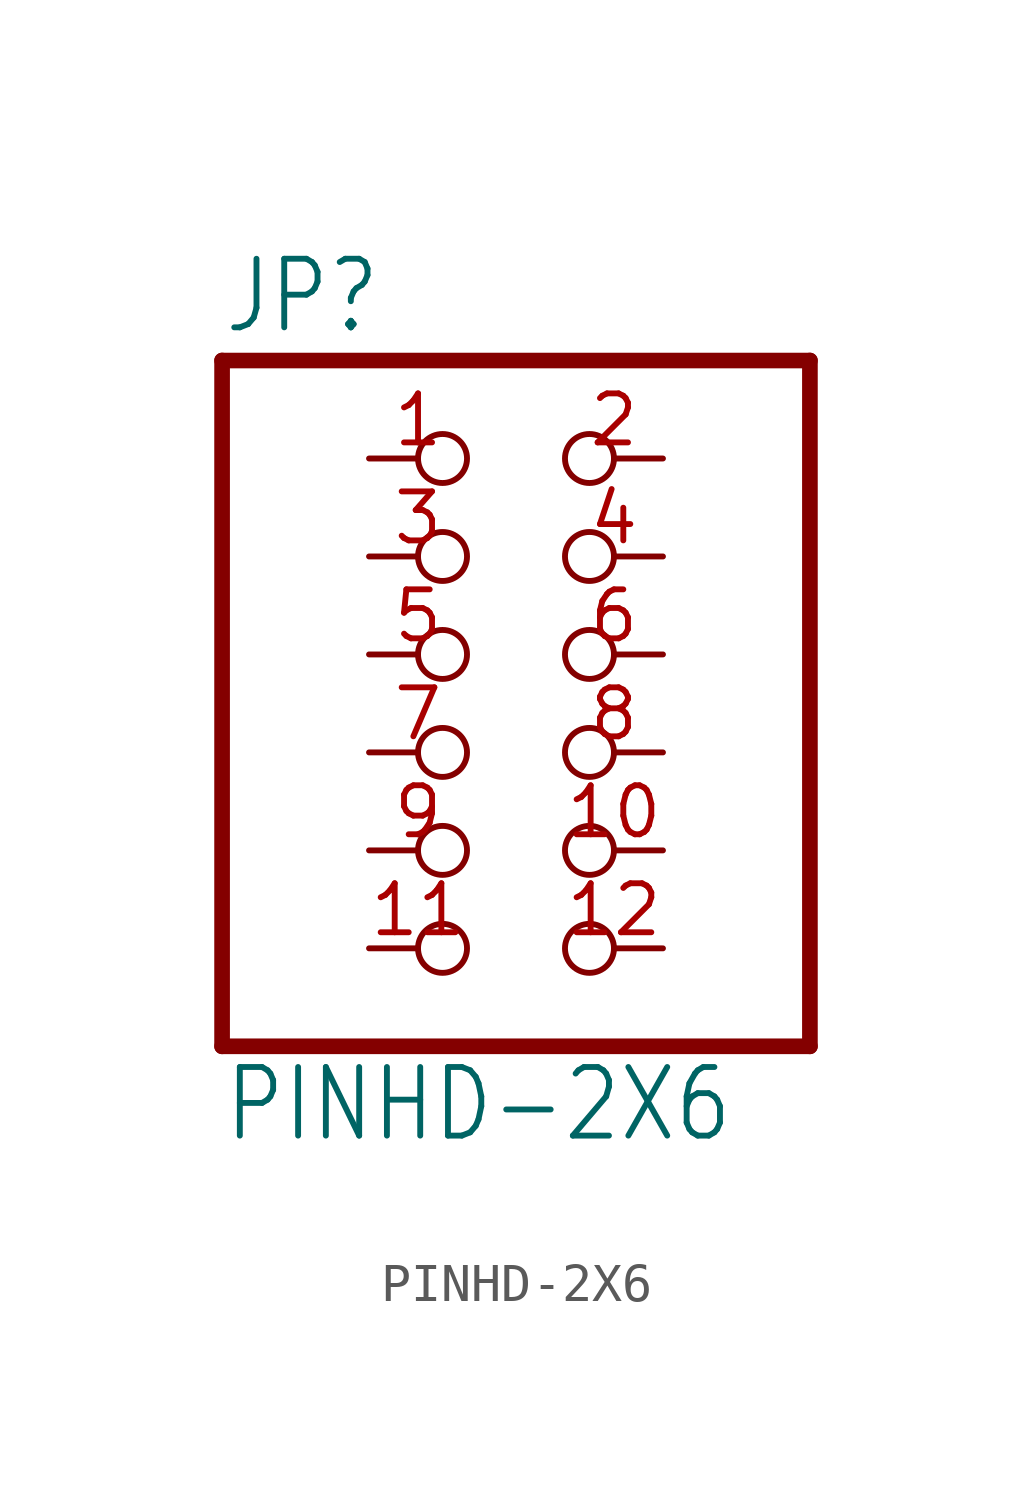
<source format=kicad_sym>
(kicad_symbol_lib
  (version 20211014)
  (generator kicad_symbol_editor)
  (symbol "PINHD-2X6"
    (property "Reference" "JP"
      (at -6.35 8.255 0)
      (effects (font (size 1.778 1.511)) (justify left bottom)))
    (property "Value" "PINHD-2X6"
      (at -6.35 -12.7 0)
      (effects (font (size 1.778 1.511)) (justify left bottom)))
    (property "ki_locked" ""
      (at 0 0 0)
      (effects (font (size 1.27 1.27))))
    (symbol "PINHD-2X6_1_0"
      (polyline (pts (xy -6.35 -10.16) (xy 8.89 -10.16)) (stroke (width 0.406) (type default) (color 0 0 0 0)) (fill (type none)))
      (polyline (pts (xy -6.35 7.62) (xy -6.35 -10.16)) (stroke (width 0.406) (type default) (color 0 0 0 0)) (fill (type none)))
      (polyline (pts (xy 8.89 -10.16) (xy 8.89 7.62)) (stroke (width 0.406) (type default) (color 0 0 0 0)) (fill (type none)))
      (polyline (pts (xy 8.89 7.62) (xy -6.35 7.62)) (stroke (width 0.406) (type default) (color 0 0 0 0)) (fill (type none)))
      (pin passive inverted (at -2.54 5.08 0) (length 2.54) (name "1" (effects (font (size 0 0)))) (number "1" (effects (font (size 1.27 1.27)))))
      (pin passive inverted (at 5.08 -5.08 180) (length 2.54) (name "10" (effects (font (size 0 0)))) (number "10" (effects (font (size 1.27 1.27)))))
      (pin passive inverted (at -2.54 -7.62 0) (length 2.54) (name "11" (effects (font (size 0 0)))) (number "11" (effects (font (size 1.27 1.27)))))
      (pin passive inverted (at 5.08 -7.62 180) (length 2.54) (name "12" (effects (font (size 0 0)))) (number "12" (effects (font (size 1.27 1.27)))))
      (pin passive inverted (at 5.08 5.08 180) (length 2.54) (name "2" (effects (font (size 0 0)))) (number "2" (effects (font (size 1.27 1.27)))))
      (pin passive inverted (at -2.54 2.54 0) (length 2.54) (name "3" (effects (font (size 0 0)))) (number "3" (effects (font (size 1.27 1.27)))))
      (pin passive inverted (at 5.08 2.54 180) (length 2.54) (name "4" (effects (font (size 0 0)))) (number "4" (effects (font (size 1.27 1.27)))))
      (pin passive inverted (at -2.54 0 0) (length 2.54) (name "5" (effects (font (size 0 0)))) (number "5" (effects (font (size 1.27 1.27)))))
      (pin passive inverted (at 5.08 0 180) (length 2.54) (name "6" (effects (font (size 0 0)))) (number "6" (effects (font (size 1.27 1.27)))))
      (pin passive inverted (at -2.54 -2.54 0) (length 2.54) (name "7" (effects (font (size 0 0)))) (number "7" (effects (font (size 1.27 1.27)))))
      (pin passive inverted (at 5.08 -2.54 180) (length 2.54) (name "8" (effects (font (size 0 0)))) (number "8" (effects (font (size 1.27 1.27)))))
      (pin passive inverted (at -2.54 -5.08 0) (length 2.54) (name "9" (effects (font (size 0 0)))) (number "9" (effects (font (size 1.27 1.27))))))))
</source>
